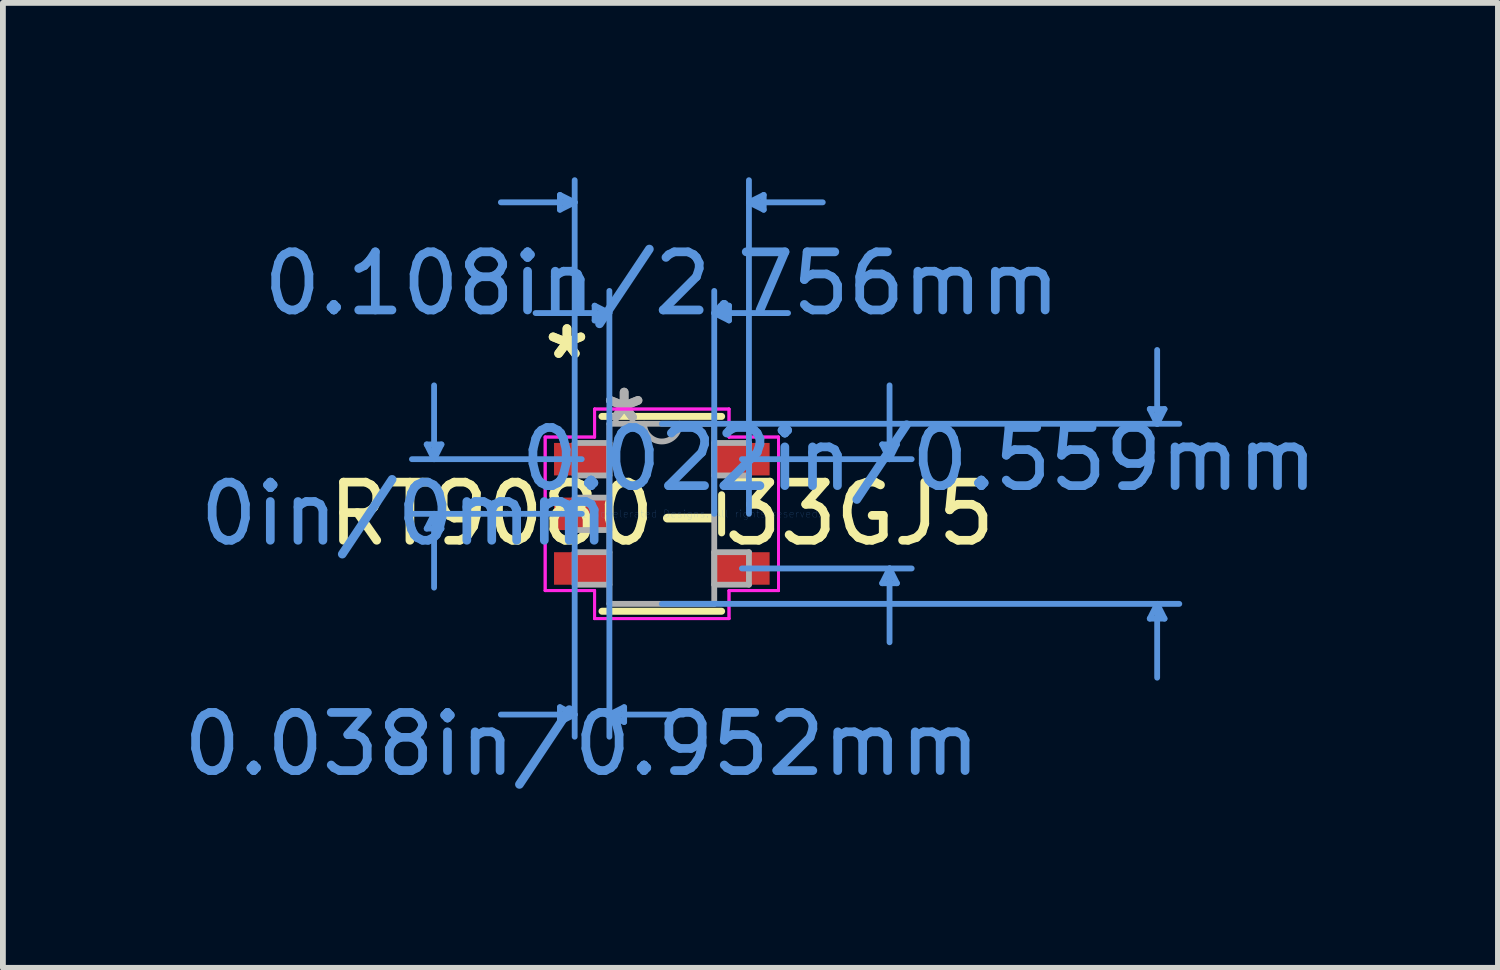
<source format=kicad_pcb>
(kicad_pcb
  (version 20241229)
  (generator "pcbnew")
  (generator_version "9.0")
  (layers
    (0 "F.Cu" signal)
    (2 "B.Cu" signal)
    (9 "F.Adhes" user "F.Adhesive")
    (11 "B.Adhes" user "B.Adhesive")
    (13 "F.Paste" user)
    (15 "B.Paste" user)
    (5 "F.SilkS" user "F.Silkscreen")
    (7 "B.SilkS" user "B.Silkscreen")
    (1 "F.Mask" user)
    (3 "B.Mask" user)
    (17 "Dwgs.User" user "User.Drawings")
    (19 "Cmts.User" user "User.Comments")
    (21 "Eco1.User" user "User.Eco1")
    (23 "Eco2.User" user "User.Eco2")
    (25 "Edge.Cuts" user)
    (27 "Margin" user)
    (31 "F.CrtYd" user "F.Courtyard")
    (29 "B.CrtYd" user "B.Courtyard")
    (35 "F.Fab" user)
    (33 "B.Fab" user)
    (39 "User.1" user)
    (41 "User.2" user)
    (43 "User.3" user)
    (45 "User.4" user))
  (footprint "RT9080-33GJ5"
    (layer "F.Cu")
    (at 8.336 5.79)
    (property "Reference" "RT9080-33GJ5" (at 0 0 0) (layer "F.SilkS") (effects (font (size 1 1) (thickness 0.15))))
    (attr through_hole)
    (fp_line (start -1.029 1.676) (end 1.029 1.676) (stroke (width 0.12) (type solid)) (layer "F.SilkS"))
    (fp_line (start 1.029 -1.676) (end -1.029 -1.676) (stroke (width 0.12) (type solid)) (layer "F.SilkS"))
    (fp_line (start 1.029 0.328) (end 1.029 -0.328) (stroke (width 0.12) (type solid)) (layer "F.SilkS"))
    (fp_line (start -4.045 -1.194) (end -3.791 -1.194) (stroke (width 0.1) (type solid)) (layer "Cmts.User"))
    (fp_line (start -4.045 0.254) (end -3.791 0.254) (stroke (width 0.1) (type solid)) (layer "Cmts.User"))
    (fp_line (start -3.918 -0.94) (end -4.045 -1.194) (stroke (width 0.1) (type solid)) (layer "Cmts.User"))
    (fp_line (start -3.918 -0.94) (end -3.918 -2.21) (stroke (width 0.1) (type solid)) (layer "Cmts.User"))
    (fp_line (start -3.918 -0.94) (end -3.791 -1.194) (stroke (width 0.1) (type solid)) (layer "Cmts.User"))
    (fp_line (start -3.918 0) (end -4.045 0.254) (stroke (width 0.1) (type solid)) (layer "Cmts.User"))
    (fp_line (start -3.918 0) (end -3.918 1.27) (stroke (width 0.1) (type solid)) (layer "Cmts.User"))
    (fp_line (start -3.918 0) (end -3.791 0.254) (stroke (width 0.1) (type solid)) (layer "Cmts.User"))
    (fp_line (start -1.753 -5.486) (end -1.753 -5.232) (stroke (width 0.1) (type solid)) (layer "Cmts.User"))
    (fp_line (start -1.753 3.327) (end -1.753 3.581) (stroke (width 0.1) (type solid)) (layer "Cmts.User"))
    (fp_line (start -1.499 -5.359) (end -2.769 -5.359) (stroke (width 0.1) (type solid)) (layer "Cmts.User"))
    (fp_line (start -1.499 -5.359) (end -1.753 -5.486) (stroke (width 0.1) (type solid)) (layer "Cmts.User"))
    (fp_line (start -1.499 -5.359) (end -1.753 -5.232) (stroke (width 0.1) (type solid)) (layer "Cmts.User"))
    (fp_line (start -1.499 0) (end -1.499 -5.74) (stroke (width 0.1) (type solid)) (layer "Cmts.User"))
    (fp_line (start -1.499 0) (end -1.499 3.835) (stroke (width 0.1) (type solid)) (layer "Cmts.User"))
    (fp_line (start -1.499 3.454) (end -2.769 3.454) (stroke (width 0.1) (type solid)) (layer "Cmts.User"))
    (fp_line (start -1.499 3.454) (end -1.753 3.327) (stroke (width 0.1) (type solid)) (layer "Cmts.User"))
    (fp_line (start -1.499 3.454) (end -1.753 3.581) (stroke (width 0.1) (type solid)) (layer "Cmts.User"))
    (fp_line (start -1.378 -0.94) (end -4.299 -0.94) (stroke (width 0.1) (type solid)) (layer "Cmts.User"))
    (fp_line (start -1.378 0) (end -4.299 0) (stroke (width 0.1) (type solid)) (layer "Cmts.User"))
    (fp_line (start -1.156 -3.581) (end -1.156 -3.327) (stroke (width 0.1) (type solid)) (layer "Cmts.User"))
    (fp_line (start -0.902 -3.454) (end -2.172 -3.454) (stroke (width 0.1) (type solid)) (layer "Cmts.User"))
    (fp_line (start -0.902 -3.454) (end -1.156 -3.581) (stroke (width 0.1) (type solid)) (layer "Cmts.User"))
    (fp_line (start -0.902 -3.454) (end -1.156 -3.327) (stroke (width 0.1) (type solid)) (layer "Cmts.User"))
    (fp_line (start -0.902 0) (end -0.902 -3.835) (stroke (width 0.1) (type solid)) (layer "Cmts.User"))
    (fp_line (start -0.902 0) (end -0.902 3.835) (stroke (width 0.1) (type solid)) (layer "Cmts.User"))
    (fp_line (start -0.902 3.454) (end -0.648 3.327) (stroke (width 0.1) (type solid)) (layer "Cmts.User"))
    (fp_line (start -0.902 3.454) (end -0.648 3.581) (stroke (width 0.1) (type solid)) (layer "Cmts.User"))
    (fp_line (start -0.902 3.454) (end 0.368 3.454) (stroke (width 0.1) (type solid)) (layer "Cmts.User"))
    (fp_line (start -0.648 3.327) (end -0.648 3.581) (stroke (width 0.1) (type solid)) (layer "Cmts.User"))
    (fp_line (start 0 -1.549) (end 8.903 -1.549) (stroke (width 0.1) (type solid)) (layer "Cmts.User"))
    (fp_line (start 0 1.549) (end 8.903 1.549) (stroke (width 0.1) (type solid)) (layer "Cmts.User"))
    (fp_line (start 0.902 -3.454) (end 1.156 -3.581) (stroke (width 0.1) (type solid)) (layer "Cmts.User"))
    (fp_line (start 0.902 -3.454) (end 1.156 -3.327) (stroke (width 0.1) (type solid)) (layer "Cmts.User"))
    (fp_line (start 0.902 -3.454) (end 2.172 -3.454) (stroke (width 0.1) (type solid)) (layer "Cmts.User"))
    (fp_line (start 0.902 0) (end 0.902 -3.835) (stroke (width 0.1) (type solid)) (layer "Cmts.User"))
    (fp_line (start 1.156 -3.581) (end 1.156 -3.327) (stroke (width 0.1) (type solid)) (layer "Cmts.User"))
    (fp_line (start 1.378 -0.94) (end 4.299 -0.94) (stroke (width 0.1) (type solid)) (layer "Cmts.User"))
    (fp_line (start 1.378 0.94) (end 4.299 0.94) (stroke (width 0.1) (type solid)) (layer "Cmts.User"))
    (fp_line (start 1.499 -5.359) (end 1.753 -5.486) (stroke (width 0.1) (type solid)) (layer "Cmts.User"))
    (fp_line (start 1.499 -5.359) (end 1.753 -5.232) (stroke (width 0.1) (type solid)) (layer "Cmts.User"))
    (fp_line (start 1.499 -5.359) (end 2.769 -5.359) (stroke (width 0.1) (type solid)) (layer "Cmts.User"))
    (fp_line (start 1.499 0) (end 1.499 -5.74) (stroke (width 0.1) (type solid)) (layer "Cmts.User"))
    (fp_line (start 1.753 -5.486) (end 1.753 -5.232) (stroke (width 0.1) (type solid)) (layer "Cmts.User"))
    (fp_line (start 3.791 -1.194) (end 4.045 -1.194) (stroke (width 0.1) (type solid)) (layer "Cmts.User"))
    (fp_line (start 3.791 1.194) (end 4.045 1.194) (stroke (width 0.1) (type solid)) (layer "Cmts.User"))
    (fp_line (start 3.918 -0.94) (end 3.791 -1.194) (stroke (width 0.1) (type solid)) (layer "Cmts.User"))
    (fp_line (start 3.918 -0.94) (end 3.918 -2.21) (stroke (width 0.1) (type solid)) (layer "Cmts.User"))
    (fp_line (start 3.918 -0.94) (end 4.045 -1.194) (stroke (width 0.1) (type solid)) (layer "Cmts.User"))
    (fp_line (start 3.918 0.94) (end 3.791 1.194) (stroke (width 0.1) (type solid)) (layer "Cmts.User"))
    (fp_line (start 3.918 0.94) (end 3.918 2.21) (stroke (width 0.1) (type solid)) (layer "Cmts.User"))
    (fp_line (start 3.918 0.94) (end 4.045 1.194) (stroke (width 0.1) (type solid)) (layer "Cmts.User"))
    (fp_line (start 8.395 -1.803) (end 8.649 -1.803) (stroke (width 0.1) (type solid)) (layer "Cmts.User"))
    (fp_line (start 8.395 1.803) (end 8.649 1.803) (stroke (width 0.1) (type solid)) (layer "Cmts.User"))
    (fp_line (start 8.522 -1.549) (end 8.395 -1.803) (stroke (width 0.1) (type solid)) (layer "Cmts.User"))
    (fp_line (start 8.522 -1.549) (end 8.522 -2.819) (stroke (width 0.1) (type solid)) (layer "Cmts.User"))
    (fp_line (start 8.522 -1.549) (end 8.649 -1.803) (stroke (width 0.1) (type solid)) (layer "Cmts.User"))
    (fp_line (start 8.522 1.549) (end 8.395 1.803) (stroke (width 0.1) (type solid)) (layer "Cmts.User"))
    (fp_line (start 8.522 1.549) (end 8.522 2.819) (stroke (width 0.1) (type solid)) (layer "Cmts.User"))
    (fp_line (start 8.522 1.549) (end 8.649 1.803) (stroke (width 0.1) (type solid)) (layer "Cmts.User"))
    (fp_line (start -2.007 -1.321) (end -1.156 -1.321) (stroke (width 0.05) (type solid)) (layer "F.CrtYd"))
    (fp_line (start -2.007 -1.321) (end -1.156 -1.321) (stroke (width 0.05) (type solid)) (layer "F.CrtYd"))
    (fp_line (start -2.007 1.321) (end -2.007 -1.321) (stroke (width 0.05) (type solid)) (layer "F.CrtYd"))
    (fp_line (start -2.007 1.321) (end -2.007 -1.321) (stroke (width 0.05) (type solid)) (layer "F.CrtYd"))
    (fp_line (start -1.156 -1.803) (end 1.156 -1.803) (stroke (width 0.05) (type solid)) (layer "F.CrtYd"))
    (fp_line (start -1.156 -1.803) (end 1.156 -1.803) (stroke (width 0.05) (type solid)) (layer "F.CrtYd"))
    (fp_line (start -1.156 -1.321) (end -1.156 -1.803) (stroke (width 0.05) (type solid)) (layer "F.CrtYd"))
    (fp_line (start -1.156 -1.321) (end -1.156 -1.803) (stroke (width 0.05) (type solid)) (layer "F.CrtYd"))
    (fp_line (start -1.156 1.321) (end -2.007 1.321) (stroke (width 0.05) (type solid)) (layer "F.CrtYd"))
    (fp_line (start -1.156 1.321) (end -2.007 1.321) (stroke (width 0.05) (type solid)) (layer "F.CrtYd"))
    (fp_line (start -1.156 1.803) (end -1.156 1.321) (stroke (width 0.05) (type solid)) (layer "F.CrtYd"))
    (fp_line (start -1.156 1.803) (end -1.156 1.321) (stroke (width 0.05) (type solid)) (layer "F.CrtYd"))
    (fp_line (start 1.156 -1.803) (end 1.156 -1.321) (stroke (width 0.05) (type solid)) (layer "F.CrtYd"))
    (fp_line (start 1.156 -1.803) (end 1.156 -1.321) (stroke (width 0.05) (type solid)) (layer "F.CrtYd"))
    (fp_line (start 1.156 -1.321) (end 2.007 -1.321) (stroke (width 0.05) (type solid)) (layer "F.CrtYd"))
    (fp_line (start 1.156 -1.321) (end 2.007 -1.321) (stroke (width 0.05) (type solid)) (layer "F.CrtYd"))
    (fp_line (start 1.156 1.321) (end 1.156 1.803) (stroke (width 0.05) (type solid)) (layer "F.CrtYd"))
    (fp_line (start 1.156 1.321) (end 1.156 1.803) (stroke (width 0.05) (type solid)) (layer "F.CrtYd"))
    (fp_line (start 1.156 1.803) (end -1.156 1.803) (stroke (width 0.05) (type solid)) (layer "F.CrtYd"))
    (fp_line (start 1.156 1.803) (end -1.156 1.803) (stroke (width 0.05) (type solid)) (layer "F.CrtYd"))
    (fp_line (start 2.007 -1.321) (end 2.007 1.321) (stroke (width 0.05) (type solid)) (layer "F.CrtYd"))
    (fp_line (start 2.007 -1.321) (end 2.007 1.321) (stroke (width 0.05) (type solid)) (layer "F.CrtYd"))
    (fp_line (start 2.007 1.321) (end 1.156 1.321) (stroke (width 0.05) (type solid)) (layer "F.CrtYd"))
    (fp_line (start 2.007 1.321) (end 1.156 1.321) (stroke (width 0.05) (type solid)) (layer "F.CrtYd"))
    (fp_line (start -1.499 -1.219) (end -1.499 -0.66) (stroke (width 0.1) (type solid)) (layer "F.Fab"))
    (fp_line (start -1.499 -0.66) (end -0.902 -0.66) (stroke (width 0.1) (type solid)) (layer "F.Fab"))
    (fp_line (start -1.499 -0.279) (end -1.499 0.279) (stroke (width 0.1) (type solid)) (layer "F.Fab"))
    (fp_line (start -1.499 0.279) (end -0.902 0.279) (stroke (width 0.1) (type solid)) (layer "F.Fab"))
    (fp_line (start -1.499 0.66) (end -1.499 1.219) (stroke (width 0.1) (type solid)) (layer "F.Fab"))
    (fp_line (start -1.499 1.219) (end -0.902 1.219) (stroke (width 0.1) (type solid)) (layer "F.Fab"))
    (fp_line (start -0.902 -1.549) (end -0.902 1.549) (stroke (width 0.1) (type solid)) (layer "F.Fab"))
    (fp_line (start -0.902 -1.219) (end -1.499 -1.219) (stroke (width 0.1) (type solid)) (layer "F.Fab"))
    (fp_line (start -0.902 -0.66) (end -0.902 -1.219) (stroke (width 0.1) (type solid)) (layer "F.Fab"))
    (fp_line (start -0.902 -0.279) (end -1.499 -0.279) (stroke (width 0.1) (type solid)) (layer "F.Fab"))
    (fp_line (start -0.902 0.279) (end -0.902 -0.279) (stroke (width 0.1) (type solid)) (layer "F.Fab"))
    (fp_line (start -0.902 0.66) (end -1.499 0.66) (stroke (width 0.1) (type solid)) (layer "F.Fab"))
    (fp_line (start -0.902 1.219) (end -0.902 0.66) (stroke (width 0.1) (type solid)) (layer "F.Fab"))
    (fp_line (start -0.902 1.549) (end 0.902 1.549) (stroke (width 0.1) (type solid)) (layer "F.Fab"))
    (fp_line (start 0.902 -1.549) (end -0.902 -1.549) (stroke (width 0.1) (type solid)) (layer "F.Fab"))
    (fp_line (start 0.902 -1.219) (end 0.902 -0.66) (stroke (width 0.1) (type solid)) (layer "F.Fab"))
    (fp_line (start 0.902 -0.66) (end 1.499 -0.66) (stroke (width 0.1) (type solid)) (layer "F.Fab"))
    (fp_line (start 0.902 0.66) (end 0.902 1.219) (stroke (width 0.1) (type solid)) (layer "F.Fab"))
    (fp_line (start 0.902 1.219) (end 1.499 1.219) (stroke (width 0.1) (type solid)) (layer "F.Fab"))
    (fp_line (start 0.902 1.549) (end 0.902 -1.549) (stroke (width 0.1) (type solid)) (layer "F.Fab"))
    (fp_line (start 1.499 -1.219) (end 0.902 -1.219) (stroke (width 0.1) (type solid)) (layer "F.Fab"))
    (fp_line (start 1.499 -0.66) (end 1.499 -1.219) (stroke (width 0.1) (type solid)) (layer "F.Fab"))
    (fp_line (start 1.499 0.66) (end 0.902 0.66) (stroke (width 0.1) (type solid)) (layer "F.Fab"))
    (fp_line (start 1.499 1.219) (end 1.499 0.66) (stroke (width 0.1) (type solid)) (layer "F.Fab"))
    (fp_arc (start 0.3048 -1.5494) (mid 0 -1.2446) (end -0.3048 -1.5494) (stroke (width 0.1) (type solid)) (layer "F.Fab"))
    (fp_text user "*" (at -1.632 -2.642 0) (layer "F.SilkS") (effects (font (size 1 1) (thickness 0.15))))
    (fp_text user "*" (at -1.632 -2.642 0) (layer "F.SilkS") (effects (font (size 1 1) (thickness 0.15))))
    (fp_text user "0in/0mm" (at -4.426 0 0) (layer "Cmts.User") (effects (font (size 1 1) (thickness 0.15))))
    (fp_text user "0.108in/2.756mm" (at 0 -3.962 0) (layer "Cmts.User") (effects (font (size 1 1) (thickness 0.15))))
    (fp_text user "Copyright 2021 Accelerated Designs. All rights reserved." (at 0 0 0) (layer "Cmts.User") (effects (font (size 0.127 0.127) (thickness 0.002))))
    (fp_text user "0.022in/0.559mm" (at 4.426 -0.94 0) (layer "Cmts.User") (effects (font (size 1 1) (thickness 0.15))))
    (fp_text user "0.038in/0.952mm" (at -1.378 3.962 0) (layer "Cmts.User") (effects (font (size 1 1) (thickness 0.15))))
    (fp_text user "*" (at -0.648 -1.549 0) (layer "F.Fab") (effects (font (size 1 1) (thickness 0.15))))
    (fp_text user "*" (at -0.648 -1.549 0) (layer "F.Fab") (effects (font (size 1 1) (thickness 0.15))))
    (pad "1" smd rect (at -1.378 -0.94) (size 0.953 0.559) (layers "F.Cu" "F.Mask" "F.Paste"))
    (pad "2" smd rect (at -1.378 0) (size 0.953 0.559) (layers "F.Cu" "F.Mask" "F.Paste"))
    (pad "3" smd rect (at -1.378 0.94) (size 0.953 0.559) (layers "F.Cu" "F.Mask" "F.Paste"))
    (pad "4" smd rect (at 1.378 0.94) (size 0.953 0.559) (layers "F.Cu" "F.Mask" "F.Paste"))
    (pad "5" smd rect (at 1.378 -0.94) (size 0.953 0.559) (layers "F.Cu" "F.Mask" "F.Paste")))
  (gr_rect
    (start -3 -3)
    (end 22.721 13.601)
    (stroke (width 0.1) (type default))
    (fill no)
    (layer "Edge.Cuts")))
</source>
